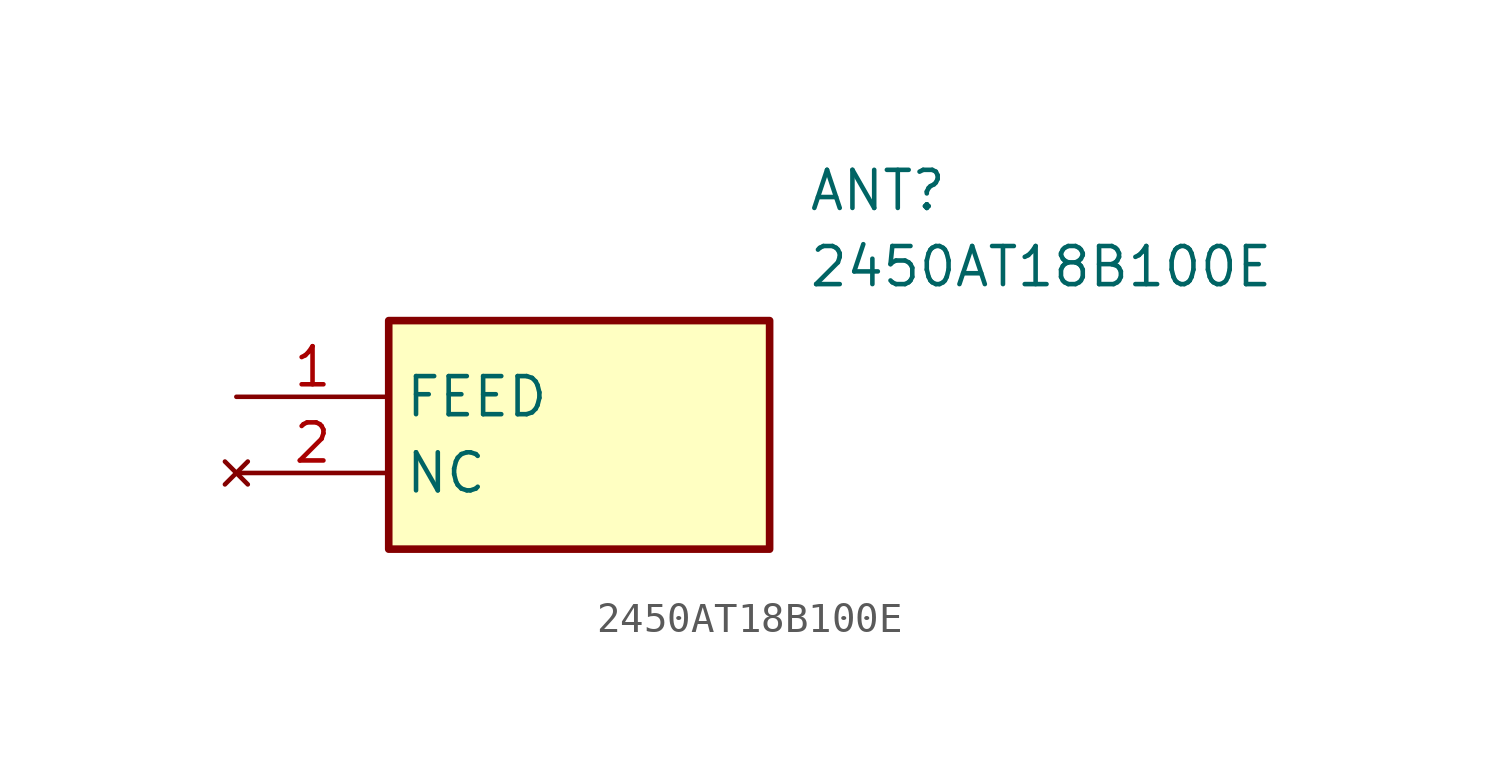
<source format=kicad_sym>
(kicad_symbol_lib
  (version 20211014)
  (generator SamacSys_ECAD_Model)
  (symbol "2450AT18B100E"
    (property "Reference" "ANT"
      (at 19.05 7.62 0)
      (effects (font (size 1.27 1.27)) (justify left top)))
    (property "Value" "2450AT18B100E"
      (at 19.05 5.08 0)
      (effects (font (size 1.27 1.27)) (justify left top)))
    (rectangle
      (start 5.08 2.54)
      (end 17.78 -5.08)
      (stroke (width 0.254) (type default))
      (fill (type background)))
    (pin input line
      (at 0 0 0)
      (length 5.08)
      (name "FEED" (effects (font (size 1.27 1.27))))
      (number "1" (effects (font (size 1.27 1.27)))))
    (pin no_connect line
      (at 0 -2.54 0)
      (length 5.08)
      (name "NC" (effects (font (size 1.27 1.27))))
      (number "2" (effects (font (size 1.27 1.27)))))))
</source>
